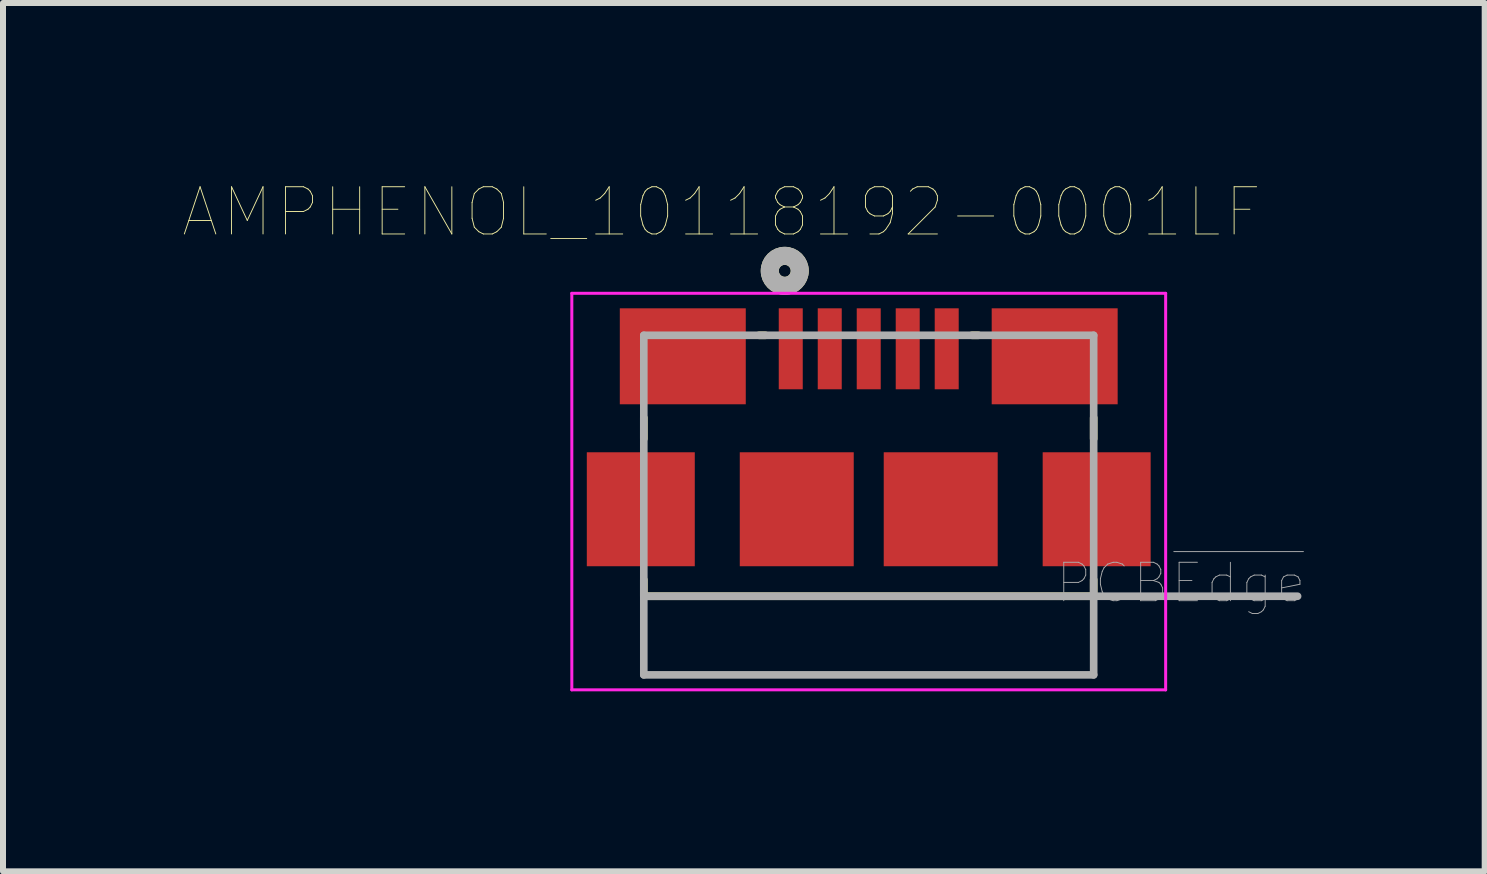
<source format=kicad_pcb>
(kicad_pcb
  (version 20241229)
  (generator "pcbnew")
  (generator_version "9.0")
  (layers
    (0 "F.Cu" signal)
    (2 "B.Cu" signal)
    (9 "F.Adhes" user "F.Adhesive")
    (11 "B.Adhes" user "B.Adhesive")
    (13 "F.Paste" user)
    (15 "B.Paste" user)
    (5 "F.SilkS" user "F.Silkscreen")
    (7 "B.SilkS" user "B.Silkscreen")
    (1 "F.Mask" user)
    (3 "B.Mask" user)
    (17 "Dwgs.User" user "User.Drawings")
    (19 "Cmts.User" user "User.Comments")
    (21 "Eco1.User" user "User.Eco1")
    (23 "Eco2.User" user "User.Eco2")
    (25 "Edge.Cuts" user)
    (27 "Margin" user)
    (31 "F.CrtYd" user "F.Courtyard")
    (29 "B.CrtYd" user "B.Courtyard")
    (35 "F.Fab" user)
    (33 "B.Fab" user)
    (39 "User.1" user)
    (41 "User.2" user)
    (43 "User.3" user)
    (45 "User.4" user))
  (footprint "AMPHENOL_10118192-0001LF"
    (layer "F.Cu")
    (at 11.433 2.765)
    (property "Reference" "AMPHENOL_10118192-0001LF" (at -2.453 -2.278 0) (layer "F.SilkS") (effects (font (size 0.787 0.787) (thickness 0.015))))
    (attr through_hole)
    (fp_line (start -3.75 1.15) (end -3.75 1.5) (stroke (width 0.127) (type solid)) (layer "F.SilkS"))
    (fp_line (start -3.75 3.85) (end -3.75 4.125) (stroke (width 0.127) (type solid)) (layer "F.SilkS"))
    (fp_line (start -3.75 4.125) (end 3.75 4.125) (stroke (width 0.127) (type solid)) (layer "F.SilkS"))
    (fp_line (start -1.83 -0.225) (end -1.72 -0.225) (stroke (width 0.127) (type solid)) (layer "F.SilkS"))
    (fp_line (start 1.72 -0.225) (end 1.83 -0.225) (stroke (width 0.127) (type solid)) (layer "F.SilkS"))
    (fp_line (start 3.75 1.15) (end 3.75 1.5) (stroke (width 0.127) (type solid)) (layer "F.SilkS"))
    (fp_line (start 3.75 4.125) (end 3.75 3.85) (stroke (width 0.127) (type solid)) (layer "F.SilkS"))
    (fp_circle (center -1.4 -1.3) (end -1.3 -1.3) (stroke (width 0.3) (type solid)) (fill no) (layer "F.SilkS"))
    (fp_line (start -4.95 -0.925) (end 4.95 -0.925) (stroke (width 0.05) (type solid)) (layer "F.CrtYd"))
    (fp_line (start -4.95 5.686) (end -4.95 -0.925) (stroke (width 0.05) (type solid)) (layer "F.CrtYd"))
    (fp_line (start 4.95 -0.925) (end 4.95 5.686) (stroke (width 0.05) (type solid)) (layer "F.CrtYd"))
    (fp_line (start 4.95 5.686) (end -4.95 5.686) (stroke (width 0.05) (type solid)) (layer "F.CrtYd"))
    (fp_line (start -3.75 -0.225) (end 3.75 -0.225) (stroke (width 0.127) (type solid)) (layer "F.Fab"))
    (fp_line (start -3.75 4.125) (end -3.75 -0.225) (stroke (width 0.127) (type solid)) (layer "F.Fab"))
    (fp_line (start -3.75 5.436) (end -3.75 4.125) (stroke (width 0.127) (type solid)) (layer "F.Fab"))
    (fp_line (start 3.75 -0.225) (end 3.75 4.125) (stroke (width 0.127) (type solid)) (layer "F.Fab"))
    (fp_line (start 3.75 4.125) (end -3.75 4.125) (stroke (width 0.127) (type solid)) (layer "F.Fab"))
    (fp_line (start 3.75 4.125) (end 3.75 5.436) (stroke (width 0.127) (type solid)) (layer "F.Fab"))
    (fp_line (start 3.75 4.125) (end 7.15 4.125) (stroke (width 0.127) (type solid)) (layer "F.Fab"))
    (fp_line (start 3.75 5.436) (end -3.75 5.436) (stroke (width 0.127) (type solid)) (layer "F.Fab"))
    (fp_circle (center -1.4 -1.3) (end -1.3 -1.3) (stroke (width 0.3) (type solid)) (fill no) (layer "F.Fab"))
    (fp_text user "PCB~{Edge}" (at 5.205 3.904 0) (layer "F.Fab") (effects (font (size 0.641 0.641) (thickness 0.015))))
    (pad "1" smd rect (at -1.3 0) (size 0.4 1.35) (layers "F.Cu" "F.Mask" "F.Paste"))
    (pad "2" smd rect (at -0.65 0) (size 0.4 1.35) (layers "F.Cu" "F.Mask" "F.Paste"))
    (pad "3" smd rect (at 0 0) (size 0.4 1.35) (layers "F.Cu" "F.Mask" "F.Paste"))
    (pad "4" smd rect (at 0.65 0) (size 0.4 1.35) (layers "F.Cu" "F.Mask" "F.Paste"))
    (pad "5" smd rect (at 1.3 0) (size 0.4 1.35) (layers "F.Cu" "F.Mask" "F.Paste"))
    (pad "SH1" smd rect (at -3.1 0.125) (size 2.1 1.6) (layers "F.Cu" "F.Mask" "F.Paste"))
    (pad "SH2" smd rect (at 3.1 0.125) (size 2.1 1.6) (layers "F.Cu" "F.Mask" "F.Paste"))
    (pad "SH3" smd rect (at -3.8 2.675) (size 1.8 1.9) (layers "F.Cu" "F.Mask" "F.Paste"))
    (pad "SH4" smd rect (at -1.2 2.675) (size 1.9 1.9) (layers "F.Cu" "F.Mask" "F.Paste"))
    (pad "SH5" smd rect (at 1.2 2.675) (size 1.9 1.9) (layers "F.Cu" "F.Mask" "F.Paste"))
    (pad "SH6" smd rect (at 3.8 2.675) (size 1.8 1.9) (layers "F.Cu" "F.Mask" "F.Paste")))
  (gr_rect
    (start -3 -3)
    (end 21.702 11.476)
    (stroke (width 0.1) (type default))
    (fill no)
    (layer "Edge.Cuts")))
</source>
